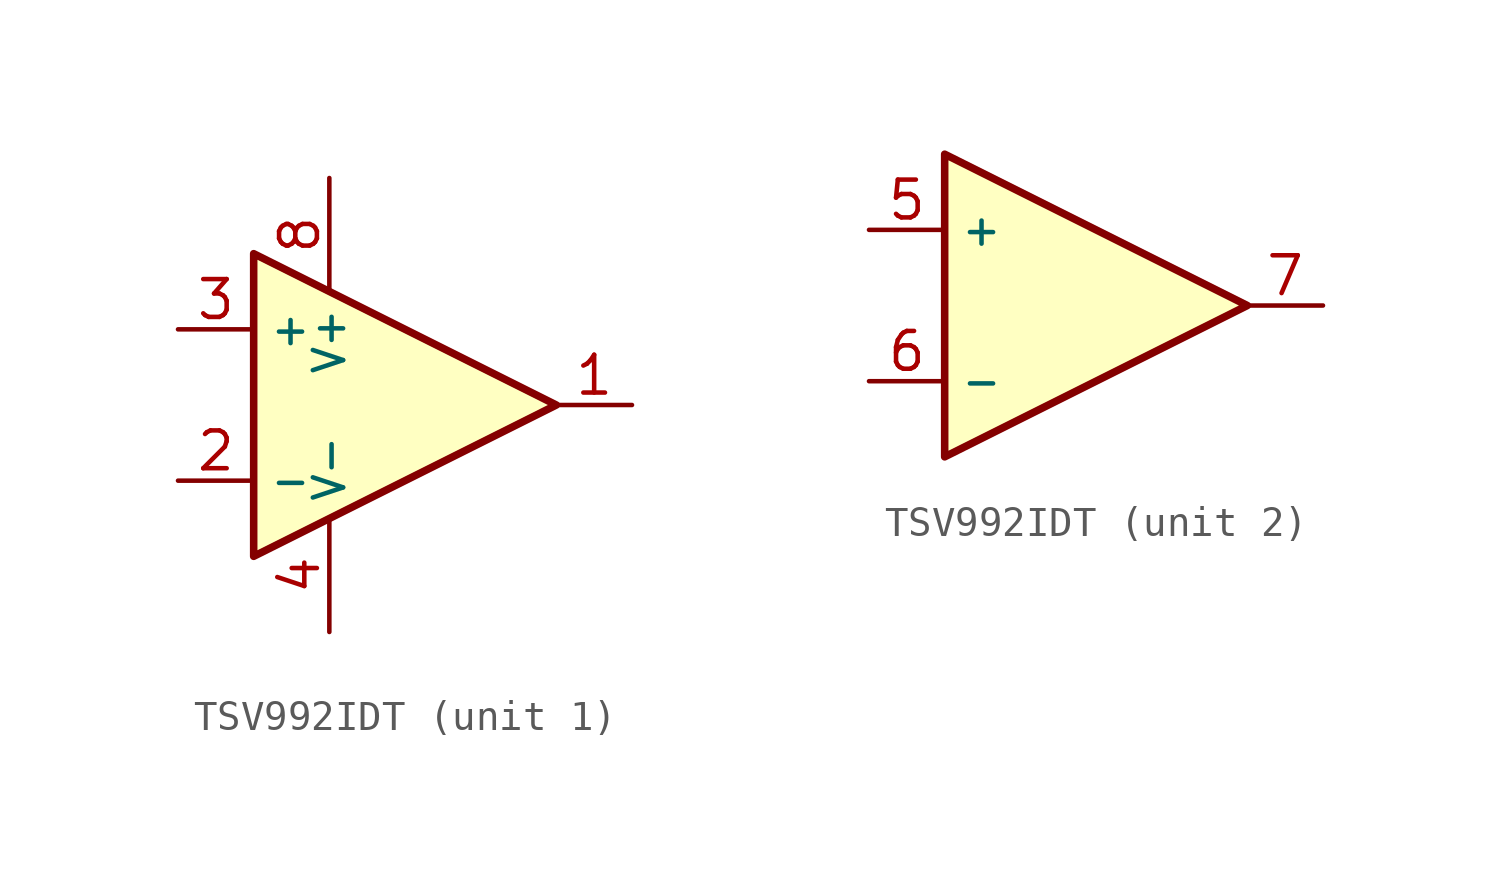
<source format=kicad_sym>
(kicad_symbol_lib
  (version 20241209)
  (generator "kicad_symbol_editor")
  (generator_version "9.0")
  (symbol "TSV992IDT"
    (property "Reference" "U"
      (at -1.778 0 0)
      (effects (font (size 1.27 1.27)) (hide yes)))
    (property "Value" ""
      (at 0 0 0)
      (effects (font (size 1.27 1.27))))
    (property "ki_locked" ""
      (at 0 0 0)
      (effects (font (size 1.27 1.27))))
    (symbol "TSV992IDT_0_1"
      (polyline (pts (xy 0 10.16) (xy 10.16 5.08) (xy 0 0) (xy 0 10.16)) (stroke (width 0.254) (type default)) (fill (type background))))
    (symbol "TSV992IDT_1_1"
      (pin input line (at -2.54 7.62 0) (length 2.54) (name "+" (effects (font (size 1.016 1.016)))) (number "3" (effects (font (size 1.27 1.27)))))
      (pin input line (at -2.54 2.54 0) (length 2.54) (name "-" (effects (font (size 1.016 1.016)))) (number "2" (effects (font (size 1.27 1.27)))))
      (pin power_in line (at 2.54 12.7 270) (length 3.81) (name "V+" (effects (font (size 1.016 1.016)))) (number "8" (effects (font (size 1.27 1.27)))))
      (pin power_in line (at 2.54 -2.54 90) (length 3.81) (name "V-" (effects (font (size 1.016 1.016)))) (number "4" (effects (font (size 1.27 1.27)))))
      (pin output line (at 12.7 5.08 180) (length 2.54) (name "~" (effects (font (size 1.27 1.27)))) (number "1" (effects (font (size 1.27 1.27))))))
    (symbol "TSV992IDT_2_1"
      (pin input line (at -2.54 7.62 0) (length 2.54) (name "+" (effects (font (size 1.016 1.016)))) (number "5" (effects (font (size 1.27 1.27)))))
      (pin input line (at -2.54 2.54 0) (length 2.54) (name "-" (effects (font (size 1.016 1.016)))) (number "6" (effects (font (size 1.27 1.27)))))
      (pin output line (at 12.7 5.08 180) (length 2.54) (name "~" (effects (font (size 1.27 1.27)))) (number "7" (effects (font (size 1.27 1.27))))))))
</source>
